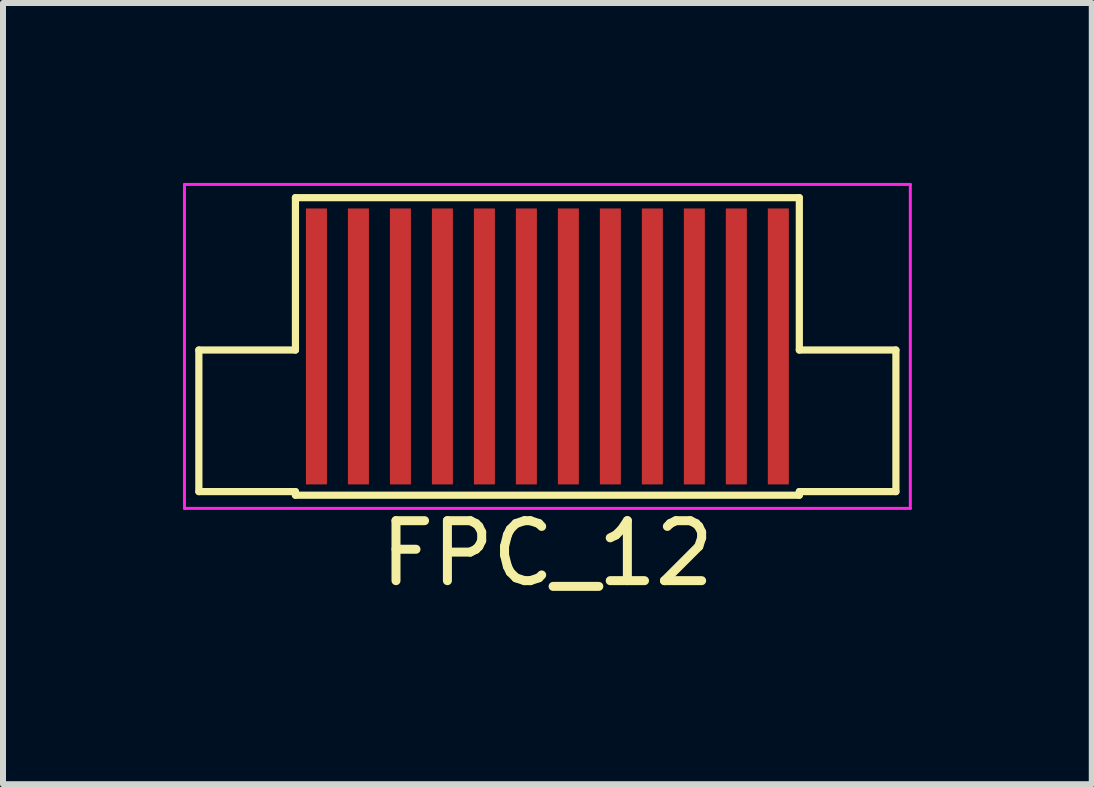
<source format=kicad_pcb>
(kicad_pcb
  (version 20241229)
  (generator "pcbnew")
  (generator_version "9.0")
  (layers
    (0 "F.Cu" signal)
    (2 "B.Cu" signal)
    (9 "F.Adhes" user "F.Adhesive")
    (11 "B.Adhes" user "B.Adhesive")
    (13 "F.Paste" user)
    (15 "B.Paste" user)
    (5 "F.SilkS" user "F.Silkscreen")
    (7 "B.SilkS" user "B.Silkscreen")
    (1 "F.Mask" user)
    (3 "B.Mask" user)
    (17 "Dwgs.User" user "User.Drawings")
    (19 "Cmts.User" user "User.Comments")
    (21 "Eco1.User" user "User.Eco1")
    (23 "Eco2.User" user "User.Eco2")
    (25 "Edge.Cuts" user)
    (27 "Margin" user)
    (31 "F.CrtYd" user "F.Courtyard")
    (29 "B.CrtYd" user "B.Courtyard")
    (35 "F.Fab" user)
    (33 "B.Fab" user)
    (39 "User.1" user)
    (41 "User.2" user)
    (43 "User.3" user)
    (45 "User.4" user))
  (footprint "FPC_12"
    (layer "F.Cu")
    (at 6.075 2.725)
    (property "Reference" "FPC_12" (at 0 3.45 0) (layer "F.SilkS") (effects (font (size 1 1) (thickness 0.15))))
    (attr through_hole)
    (fp_line (start -5.81 0.06) (end -4.2 0.06) (stroke (width 0.12) (type default)) (layer "F.SilkS"))
    (fp_line (start -5.81 2.42) (end -5.81 0.06) (stroke (width 0.12) (type default)) (layer "F.SilkS"))
    (fp_line (start -4.2 -2.48) (end 4.2 -2.48) (stroke (width 0.12) (type default)) (layer "F.SilkS"))
    (fp_line (start -4.2 0.06) (end -4.2 -2.48) (stroke (width 0.12) (type default)) (layer "F.SilkS"))
    (fp_line (start -4.2 2.42) (end -5.81 2.42) (stroke (width 0.12) (type default)) (layer "F.SilkS"))
    (fp_line (start -4.2 2.48) (end -4.2 2.42) (stroke (width 0.12) (type default)) (layer "F.SilkS"))
    (fp_line (start -4.2 2.48) (end 4.2 2.48) (stroke (width 0.12) (type default)) (layer "F.SilkS"))
    (fp_line (start 4.2 0.06) (end 4.2 -2.48) (stroke (width 0.12) (type default)) (layer "F.SilkS"))
    (fp_line (start 4.2 2.42) (end 5.81 2.42) (stroke (width 0.12) (type default)) (layer "F.SilkS"))
    (fp_line (start 4.2 2.48) (end 4.2 2.42) (stroke (width 0.12) (type default)) (layer "F.SilkS"))
    (fp_line (start 5.81 0.06) (end 4.2 0.06) (stroke (width 0.12) (type default)) (layer "F.SilkS"))
    (fp_line (start 5.81 2.42) (end 5.81 0.06) (stroke (width 0.12) (type default)) (layer "F.SilkS"))
    (fp_line (start -6.05 -2.7) (end -6.05 2.7) (stroke (width 0.05) (type default)) (layer "F.CrtYd"))
    (fp_line (start -6.05 -2.7) (end 6.05 -2.7) (stroke (width 0.05) (type default)) (layer "F.CrtYd"))
    (fp_line (start -6.05 2.7) (end 6.05 2.7) (stroke (width 0.05) (type default)) (layer "F.CrtYd"))
    (fp_line (start 6.05 -2.7) (end 6.05 2.7) (stroke (width 0.05) (type default)) (layer "F.CrtYd"))
    (pad "0" smd rect (at -5.45 1.3) (size 0.001 0.001) (layers "F.Cu" "F.Mask" "F.Paste"))
    (pad "0" smd rect (at 5.45 1.3) (size 0.001 0.001) (layers "F.Cu" "F.Mask" "F.Paste"))
    (pad "1" smd rect (at -3.85 0) (size 0.35 4.6) (layers "F.Cu" "F.Mask" "F.Paste"))
    (pad "2" smd rect (at -3.15 0) (size 0.35 4.6) (layers "F.Cu" "F.Mask" "F.Paste"))
    (pad "3" smd rect (at -2.45 0) (size 0.35 4.6) (layers "F.Cu" "F.Mask" "F.Paste"))
    (pad "4" smd rect (at -1.75 0) (size 0.35 4.6) (layers "F.Cu" "F.Mask" "F.Paste"))
    (pad "5" smd rect (at -1.05 0) (size 0.35 4.6) (layers "F.Cu" "F.Mask" "F.Paste"))
    (pad "6" smd rect (at -0.35 0) (size 0.35 4.6) (layers "F.Cu" "F.Mask" "F.Paste"))
    (pad "7" smd rect (at 0.35 0) (size 0.35 4.6) (layers "F.Cu" "F.Mask" "F.Paste"))
    (pad "8" smd rect (at 1.05 0) (size 0.35 4.6) (layers "F.Cu" "F.Mask" "F.Paste"))
    (pad "9" smd rect (at 1.75 0) (size 0.35 4.6) (layers "F.Cu" "F.Mask" "F.Paste"))
    (pad "10" smd rect (at 2.45 0) (size 0.35 4.6) (layers "F.Cu" "F.Mask" "F.Paste"))
    (pad "11" smd rect (at 3.15 0) (size 0.35 4.6) (layers "F.Cu" "F.Mask" "F.Paste"))
    (pad "12" smd rect (at 3.85 0) (size 0.35 4.6) (layers "F.Cu" "F.Mask" "F.Paste")))
  (gr_rect
    (start -3 -3)
    (end 15.15 10.023)
    (stroke (width 0.1) (type default))
    (fill no)
    (layer "Edge.Cuts")))
</source>
